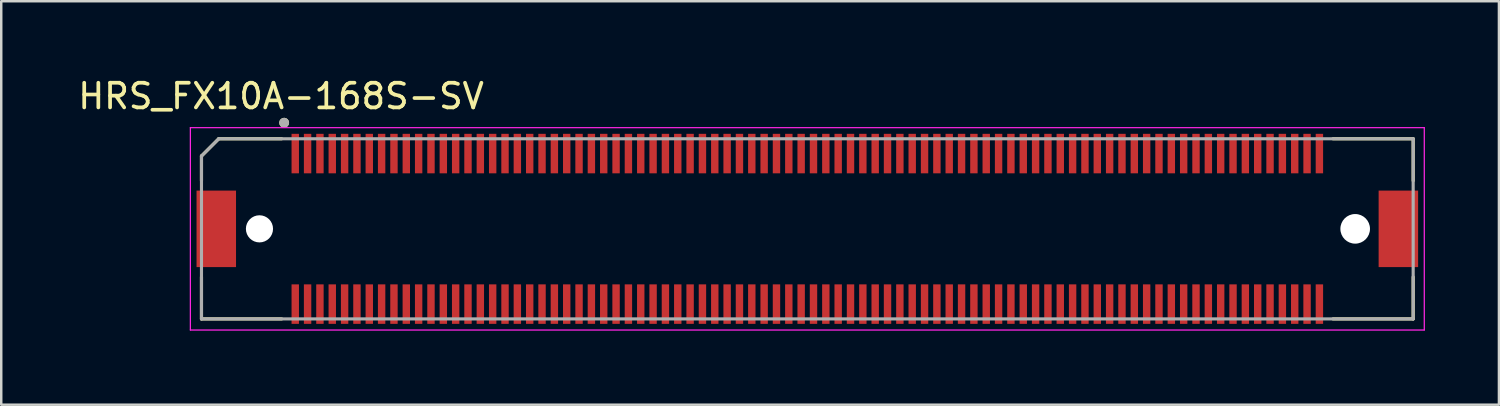
<source format=kicad_pcb>
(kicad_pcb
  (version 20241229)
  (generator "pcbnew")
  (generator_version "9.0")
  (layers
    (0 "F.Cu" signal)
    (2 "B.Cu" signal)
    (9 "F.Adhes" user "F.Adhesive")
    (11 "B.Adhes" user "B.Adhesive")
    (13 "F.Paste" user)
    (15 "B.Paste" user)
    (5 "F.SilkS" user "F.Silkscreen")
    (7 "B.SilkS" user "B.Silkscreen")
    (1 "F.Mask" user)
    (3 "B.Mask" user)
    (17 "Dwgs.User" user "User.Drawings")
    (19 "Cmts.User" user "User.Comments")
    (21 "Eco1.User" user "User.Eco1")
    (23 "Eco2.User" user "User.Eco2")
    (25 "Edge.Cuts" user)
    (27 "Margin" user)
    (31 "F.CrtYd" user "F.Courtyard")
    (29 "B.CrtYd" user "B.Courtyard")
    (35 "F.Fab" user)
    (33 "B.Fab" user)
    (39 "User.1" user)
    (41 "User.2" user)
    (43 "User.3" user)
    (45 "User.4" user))
  (footprint "HRS_FX10A-168S-SV"
    (layer "F.Cu")
    (at 29.664 6.223)
    (property "Reference" "HRS_FX10A-168S-SV" (at -21.325 -5.375 0) (layer "F.SilkS") (effects (font (size 1 1) (thickness 0.15))))
    (attr through_hole)
    (fp_line (start -24.55 -2.95) (end -24.55 -1.95) (stroke (width 0.127) (type solid)) (layer "F.SilkS"))
    (fp_line (start -24.55 -2.95) (end -23.85 -3.65) (stroke (width 0.127) (type solid)) (layer "F.SilkS"))
    (fp_line (start -24.55 3.65) (end -24.55 1.95) (stroke (width 0.127) (type solid)) (layer "F.SilkS"))
    (fp_line (start -23.85 -3.65) (end -21.3 -3.65) (stroke (width 0.127) (type solid)) (layer "F.SilkS"))
    (fp_line (start -21.3 3.65) (end -24.55 3.65) (stroke (width 0.127) (type solid)) (layer "F.SilkS"))
    (fp_line (start 21.3 -3.65) (end 24.55 -3.65) (stroke (width 0.127) (type solid)) (layer "F.SilkS"))
    (fp_line (start 24.55 -3.65) (end 24.55 -1.95) (stroke (width 0.127) (type solid)) (layer "F.SilkS"))
    (fp_line (start 24.55 1.95) (end 24.55 3.65) (stroke (width 0.127) (type solid)) (layer "F.SilkS"))
    (fp_line (start 24.55 3.65) (end 21.3 3.65) (stroke (width 0.127) (type solid)) (layer "F.SilkS"))
    (fp_circle (center -21.2 -4.3) (end -21.1 -4.3) (stroke (width 0.2) (type solid)) (fill no) (layer "F.SilkS"))
    (fp_poly (pts (xy -20.875 -3.85) (xy -20.625 -3.85) (xy -20.625 -2.25) (xy -20.875 -2.25)) (stroke (width 0.01) (type solid)) (fill yes) (layer "F.Paste"))
    (fp_poly (pts (xy -20.875 2.25) (xy -20.625 2.25) (xy -20.625 3.85) (xy -20.875 3.85)) (stroke (width 0.01) (type solid)) (fill yes) (layer "F.Paste"))
    (fp_poly (pts (xy -20.375 -3.85) (xy -20.125 -3.85) (xy -20.125 -2.25) (xy -20.375 -2.25)) (stroke (width 0.01) (type solid)) (fill yes) (layer "F.Paste"))
    (fp_poly (pts (xy -20.375 2.25) (xy -20.125 2.25) (xy -20.125 3.85) (xy -20.375 3.85)) (stroke (width 0.01) (type solid)) (fill yes) (layer "F.Paste"))
    (fp_poly (pts (xy -19.875 -3.85) (xy -19.625 -3.85) (xy -19.625 -2.25) (xy -19.875 -2.25)) (stroke (width 0.01) (type solid)) (fill yes) (layer "F.Paste"))
    (fp_poly (pts (xy -19.875 2.25) (xy -19.625 2.25) (xy -19.625 3.85) (xy -19.875 3.85)) (stroke (width 0.01) (type solid)) (fill yes) (layer "F.Paste"))
    (fp_poly (pts (xy -19.375 -3.85) (xy -19.125 -3.85) (xy -19.125 -2.25) (xy -19.375 -2.25)) (stroke (width 0.01) (type solid)) (fill yes) (layer "F.Paste"))
    (fp_poly (pts (xy -19.375 2.25) (xy -19.125 2.25) (xy -19.125 3.85) (xy -19.375 3.85)) (stroke (width 0.01) (type solid)) (fill yes) (layer "F.Paste"))
    (fp_poly (pts (xy -18.875 -3.85) (xy -18.625 -3.85) (xy -18.625 -2.25) (xy -18.875 -2.25)) (stroke (width 0.01) (type solid)) (fill yes) (layer "F.Paste"))
    (fp_poly (pts (xy -18.875 2.25) (xy -18.625 2.25) (xy -18.625 3.85) (xy -18.875 3.85)) (stroke (width 0.01) (type solid)) (fill yes) (layer "F.Paste"))
    (fp_poly (pts (xy -18.375 -3.85) (xy -18.125 -3.85) (xy -18.125 -2.25) (xy -18.375 -2.25)) (stroke (width 0.01) (type solid)) (fill yes) (layer "F.Paste"))
    (fp_poly (pts (xy -18.375 2.25) (xy -18.125 2.25) (xy -18.125 3.85) (xy -18.375 3.85)) (stroke (width 0.01) (type solid)) (fill yes) (layer "F.Paste"))
    (fp_poly (pts (xy -17.875 -3.85) (xy -17.625 -3.85) (xy -17.625 -2.25) (xy -17.875 -2.25)) (stroke (width 0.01) (type solid)) (fill yes) (layer "F.Paste"))
    (fp_poly (pts (xy -17.875 2.25) (xy -17.625 2.25) (xy -17.625 3.85) (xy -17.875 3.85)) (stroke (width 0.01) (type solid)) (fill yes) (layer "F.Paste"))
    (fp_poly (pts (xy -17.375 -3.85) (xy -17.125 -3.85) (xy -17.125 -2.25) (xy -17.375 -2.25)) (stroke (width 0.01) (type solid)) (fill yes) (layer "F.Paste"))
    (fp_poly (pts (xy -17.375 2.25) (xy -17.125 2.25) (xy -17.125 3.85) (xy -17.375 3.85)) (stroke (width 0.01) (type solid)) (fill yes) (layer "F.Paste"))
    (fp_poly (pts (xy -16.875 -3.85) (xy -16.625 -3.85) (xy -16.625 -2.25) (xy -16.875 -2.25)) (stroke (width 0.01) (type solid)) (fill yes) (layer "F.Paste"))
    (fp_poly (pts (xy -16.875 2.25) (xy -16.625 2.25) (xy -16.625 3.85) (xy -16.875 3.85)) (stroke (width 0.01) (type solid)) (fill yes) (layer "F.Paste"))
    (fp_poly (pts (xy -16.375 -3.85) (xy -16.125 -3.85) (xy -16.125 -2.25) (xy -16.375 -2.25)) (stroke (width 0.01) (type solid)) (fill yes) (layer "F.Paste"))
    (fp_poly (pts (xy -16.375 2.25) (xy -16.125 2.25) (xy -16.125 3.85) (xy -16.375 3.85)) (stroke (width 0.01) (type solid)) (fill yes) (layer "F.Paste"))
    (fp_poly (pts (xy -15.875 -3.85) (xy -15.625 -3.85) (xy -15.625 -2.25) (xy -15.875 -2.25)) (stroke (width 0.01) (type solid)) (fill yes) (layer "F.Paste"))
    (fp_poly (pts (xy -15.875 2.25) (xy -15.625 2.25) (xy -15.625 3.85) (xy -15.875 3.85)) (stroke (width 0.01) (type solid)) (fill yes) (layer "F.Paste"))
    (fp_poly (pts (xy -15.375 -3.85) (xy -15.125 -3.85) (xy -15.125 -2.25) (xy -15.375 -2.25)) (stroke (width 0.01) (type solid)) (fill yes) (layer "F.Paste"))
    (fp_poly (pts (xy -15.375 2.25) (xy -15.125 2.25) (xy -15.125 3.85) (xy -15.375 3.85)) (stroke (width 0.01) (type solid)) (fill yes) (layer "F.Paste"))
    (fp_poly (pts (xy -14.875 -3.85) (xy -14.625 -3.85) (xy -14.625 -2.25) (xy -14.875 -2.25)) (stroke (width 0.01) (type solid)) (fill yes) (layer "F.Paste"))
    (fp_poly (pts (xy -14.875 2.25) (xy -14.625 2.25) (xy -14.625 3.85) (xy -14.875 3.85)) (stroke (width 0.01) (type solid)) (fill yes) (layer "F.Paste"))
    (fp_poly (pts (xy -14.375 -3.85) (xy -14.125 -3.85) (xy -14.125 -2.25) (xy -14.375 -2.25)) (stroke (width 0.01) (type solid)) (fill yes) (layer "F.Paste"))
    (fp_poly (pts (xy -14.375 2.25) (xy -14.125 2.25) (xy -14.125 3.85) (xy -14.375 3.85)) (stroke (width 0.01) (type solid)) (fill yes) (layer "F.Paste"))
    (fp_poly (pts (xy -13.875 -3.85) (xy -13.625 -3.85) (xy -13.625 -2.25) (xy -13.875 -2.25)) (stroke (width 0.01) (type solid)) (fill yes) (layer "F.Paste"))
    (fp_poly (pts (xy -13.875 2.25) (xy -13.625 2.25) (xy -13.625 3.85) (xy -13.875 3.85)) (stroke (width 0.01) (type solid)) (fill yes) (layer "F.Paste"))
    (fp_poly (pts (xy -13.375 -3.85) (xy -13.125 -3.85) (xy -13.125 -2.25) (xy -13.375 -2.25)) (stroke (width 0.01) (type solid)) (fill yes) (layer "F.Paste"))
    (fp_poly (pts (xy -13.375 2.25) (xy -13.125 2.25) (xy -13.125 3.85) (xy -13.375 3.85)) (stroke (width 0.01) (type solid)) (fill yes) (layer "F.Paste"))
    (fp_poly (pts (xy -12.875 -3.85) (xy -12.625 -3.85) (xy -12.625 -2.25) (xy -12.875 -2.25)) (stroke (width 0.01) (type solid)) (fill yes) (layer "F.Paste"))
    (fp_poly (pts (xy -12.875 2.25) (xy -12.625 2.25) (xy -12.625 3.85) (xy -12.875 3.85)) (stroke (width 0.01) (type solid)) (fill yes) (layer "F.Paste"))
    (fp_poly (pts (xy -12.375 -3.85) (xy -12.125 -3.85) (xy -12.125 -2.25) (xy -12.375 -2.25)) (stroke (width 0.01) (type solid)) (fill yes) (layer "F.Paste"))
    (fp_poly (pts (xy -12.375 2.25) (xy -12.125 2.25) (xy -12.125 3.85) (xy -12.375 3.85)) (stroke (width 0.01) (type solid)) (fill yes) (layer "F.Paste"))
    (fp_poly (pts (xy -11.875 -3.85) (xy -11.625 -3.85) (xy -11.625 -2.25) (xy -11.875 -2.25)) (stroke (width 0.01) (type solid)) (fill yes) (layer "F.Paste"))
    (fp_poly (pts (xy -11.875 2.25) (xy -11.625 2.25) (xy -11.625 3.85) (xy -11.875 3.85)) (stroke (width 0.01) (type solid)) (fill yes) (layer "F.Paste"))
    (fp_poly (pts (xy -11.375 -3.85) (xy -11.125 -3.85) (xy -11.125 -2.25) (xy -11.375 -2.25)) (stroke (width 0.01) (type solid)) (fill yes) (layer "F.Paste"))
    (fp_poly (pts (xy -11.375 2.25) (xy -11.125 2.25) (xy -11.125 3.85) (xy -11.375 3.85)) (stroke (width 0.01) (type solid)) (fill yes) (layer "F.Paste"))
    (fp_poly (pts (xy -10.875 -3.85) (xy -10.625 -3.85) (xy -10.625 -2.25) (xy -10.875 -2.25)) (stroke (width 0.01) (type solid)) (fill yes) (layer "F.Paste"))
    (fp_poly (pts (xy -10.875 2.25) (xy -10.625 2.25) (xy -10.625 3.85) (xy -10.875 3.85)) (stroke (width 0.01) (type solid)) (fill yes) (layer "F.Paste"))
    (fp_poly (pts (xy -10.375 -3.85) (xy -10.125 -3.85) (xy -10.125 -2.25) (xy -10.375 -2.25)) (stroke (width 0.01) (type solid)) (fill yes) (layer "F.Paste"))
    (fp_poly (pts (xy -10.375 2.25) (xy -10.125 2.25) (xy -10.125 3.85) (xy -10.375 3.85)) (stroke (width 0.01) (type solid)) (fill yes) (layer "F.Paste"))
    (fp_poly (pts (xy -9.875 -3.85) (xy -9.625 -3.85) (xy -9.625 -2.25) (xy -9.875 -2.25)) (stroke (width 0.01) (type solid)) (fill yes) (layer "F.Paste"))
    (fp_poly (pts (xy -9.875 2.25) (xy -9.625 2.25) (xy -9.625 3.85) (xy -9.875 3.85)) (stroke (width 0.01) (type solid)) (fill yes) (layer "F.Paste"))
    (fp_poly (pts (xy -9.375 -3.85) (xy -9.125 -3.85) (xy -9.125 -2.25) (xy -9.375 -2.25)) (stroke (width 0.01) (type solid)) (fill yes) (layer "F.Paste"))
    (fp_poly (pts (xy -9.375 2.25) (xy -9.125 2.25) (xy -9.125 3.85) (xy -9.375 3.85)) (stroke (width 0.01) (type solid)) (fill yes) (layer "F.Paste"))
    (fp_poly (pts (xy -8.875 -3.85) (xy -8.625 -3.85) (xy -8.625 -2.25) (xy -8.875 -2.25)) (stroke (width 0.01) (type solid)) (fill yes) (layer "F.Paste"))
    (fp_poly (pts (xy -8.875 2.25) (xy -8.625 2.25) (xy -8.625 3.85) (xy -8.875 3.85)) (stroke (width 0.01) (type solid)) (fill yes) (layer "F.Paste"))
    (fp_poly (pts (xy -8.375 -3.85) (xy -8.125 -3.85) (xy -8.125 -2.25) (xy -8.375 -2.25)) (stroke (width 0.01) (type solid)) (fill yes) (layer "F.Paste"))
    (fp_poly (pts (xy -8.375 2.25) (xy -8.125 2.25) (xy -8.125 3.85) (xy -8.375 3.85)) (stroke (width 0.01) (type solid)) (fill yes) (layer "F.Paste"))
    (fp_poly (pts (xy -7.875 -3.85) (xy -7.625 -3.85) (xy -7.625 -2.25) (xy -7.875 -2.25)) (stroke (width 0.01) (type solid)) (fill yes) (layer "F.Paste"))
    (fp_poly (pts (xy -7.875 2.25) (xy -7.625 2.25) (xy -7.625 3.85) (xy -7.875 3.85)) (stroke (width 0.01) (type solid)) (fill yes) (layer "F.Paste"))
    (fp_poly (pts (xy -7.375 -3.85) (xy -7.125 -3.85) (xy -7.125 -2.25) (xy -7.375 -2.25)) (stroke (width 0.01) (type solid)) (fill yes) (layer "F.Paste"))
    (fp_poly (pts (xy -7.375 2.25) (xy -7.125 2.25) (xy -7.125 3.85) (xy -7.375 3.85)) (stroke (width 0.01) (type solid)) (fill yes) (layer "F.Paste"))
    (fp_poly (pts (xy -6.875 -3.85) (xy -6.625 -3.85) (xy -6.625 -2.25) (xy -6.875 -2.25)) (stroke (width 0.01) (type solid)) (fill yes) (layer "F.Paste"))
    (fp_poly (pts (xy -6.875 2.25) (xy -6.625 2.25) (xy -6.625 3.85) (xy -6.875 3.85)) (stroke (width 0.01) (type solid)) (fill yes) (layer "F.Paste"))
    (fp_poly (pts (xy -6.375 -3.85) (xy -6.125 -3.85) (xy -6.125 -2.25) (xy -6.375 -2.25)) (stroke (width 0.01) (type solid)) (fill yes) (layer "F.Paste"))
    (fp_poly (pts (xy -6.375 2.25) (xy -6.125 2.25) (xy -6.125 3.85) (xy -6.375 3.85)) (stroke (width 0.01) (type solid)) (fill yes) (layer "F.Paste"))
    (fp_poly (pts (xy -5.875 -3.85) (xy -5.625 -3.85) (xy -5.625 -2.25) (xy -5.875 -2.25)) (stroke (width 0.01) (type solid)) (fill yes) (layer "F.Paste"))
    (fp_poly (pts (xy -5.875 2.25) (xy -5.625 2.25) (xy -5.625 3.85) (xy -5.875 3.85)) (stroke (width 0.01) (type solid)) (fill yes) (layer "F.Paste"))
    (fp_poly (pts (xy -5.375 -3.85) (xy -5.125 -3.85) (xy -5.125 -2.25) (xy -5.375 -2.25)) (stroke (width 0.01) (type solid)) (fill yes) (layer "F.Paste"))
    (fp_poly (pts (xy -5.375 2.25) (xy -5.125 2.25) (xy -5.125 3.85) (xy -5.375 3.85)) (stroke (width 0.01) (type solid)) (fill yes) (layer "F.Paste"))
    (fp_poly (pts (xy -4.875 -3.85) (xy -4.625 -3.85) (xy -4.625 -2.25) (xy -4.875 -2.25)) (stroke (width 0.01) (type solid)) (fill yes) (layer "F.Paste"))
    (fp_poly (pts (xy -4.875 2.25) (xy -4.625 2.25) (xy -4.625 3.85) (xy -4.875 3.85)) (stroke (width 0.01) (type solid)) (fill yes) (layer "F.Paste"))
    (fp_poly (pts (xy -4.375 -3.85) (xy -4.125 -3.85) (xy -4.125 -2.25) (xy -4.375 -2.25)) (stroke (width 0.01) (type solid)) (fill yes) (layer "F.Paste"))
    (fp_poly (pts (xy -4.375 2.25) (xy -4.125 2.25) (xy -4.125 3.85) (xy -4.375 3.85)) (stroke (width 0.01) (type solid)) (fill yes) (layer "F.Paste"))
    (fp_poly (pts (xy -3.875 -3.85) (xy -3.625 -3.85) (xy -3.625 -2.25) (xy -3.875 -2.25)) (stroke (width 0.01) (type solid)) (fill yes) (layer "F.Paste"))
    (fp_poly (pts (xy -3.875 2.25) (xy -3.625 2.25) (xy -3.625 3.85) (xy -3.875 3.85)) (stroke (width 0.01) (type solid)) (fill yes) (layer "F.Paste"))
    (fp_poly (pts (xy -3.375 -3.85) (xy -3.125 -3.85) (xy -3.125 -2.25) (xy -3.375 -2.25)) (stroke (width 0.01) (type solid)) (fill yes) (layer "F.Paste"))
    (fp_poly (pts (xy -3.375 2.25) (xy -3.125 2.25) (xy -3.125 3.85) (xy -3.375 3.85)) (stroke (width 0.01) (type solid)) (fill yes) (layer "F.Paste"))
    (fp_poly (pts (xy -2.875 -3.85) (xy -2.625 -3.85) (xy -2.625 -2.25) (xy -2.875 -2.25)) (stroke (width 0.01) (type solid)) (fill yes) (layer "F.Paste"))
    (fp_poly (pts (xy -2.875 2.25) (xy -2.625 2.25) (xy -2.625 3.85) (xy -2.875 3.85)) (stroke (width 0.01) (type solid)) (fill yes) (layer "F.Paste"))
    (fp_poly (pts (xy -2.375 -3.85) (xy -2.125 -3.85) (xy -2.125 -2.25) (xy -2.375 -2.25)) (stroke (width 0.01) (type solid)) (fill yes) (layer "F.Paste"))
    (fp_poly (pts (xy -2.375 2.25) (xy -2.125 2.25) (xy -2.125 3.85) (xy -2.375 3.85)) (stroke (width 0.01) (type solid)) (fill yes) (layer "F.Paste"))
    (fp_poly (pts (xy -1.875 -3.85) (xy -1.625 -3.85) (xy -1.625 -2.25) (xy -1.875 -2.25)) (stroke (width 0.01) (type solid)) (fill yes) (layer "F.Paste"))
    (fp_poly (pts (xy -1.875 2.25) (xy -1.625 2.25) (xy -1.625 3.85) (xy -1.875 3.85)) (stroke (width 0.01) (type solid)) (fill yes) (layer "F.Paste"))
    (fp_poly (pts (xy -1.375 -3.85) (xy -1.125 -3.85) (xy -1.125 -2.25) (xy -1.375 -2.25)) (stroke (width 0.01) (type solid)) (fill yes) (layer "F.Paste"))
    (fp_poly (pts (xy -1.375 2.25) (xy -1.125 2.25) (xy -1.125 3.85) (xy -1.375 3.85)) (stroke (width 0.01) (type solid)) (fill yes) (layer "F.Paste"))
    (fp_poly (pts (xy -0.875 -3.85) (xy -0.625 -3.85) (xy -0.625 -2.25) (xy -0.875 -2.25)) (stroke (width 0.01) (type solid)) (fill yes) (layer "F.Paste"))
    (fp_poly (pts (xy -0.875 2.25) (xy -0.625 2.25) (xy -0.625 3.85) (xy -0.875 3.85)) (stroke (width 0.01) (type solid)) (fill yes) (layer "F.Paste"))
    (fp_poly (pts (xy -0.375 -3.85) (xy -0.125 -3.85) (xy -0.125 -2.25) (xy -0.375 -2.25)) (stroke (width 0.01) (type solid)) (fill yes) (layer "F.Paste"))
    (fp_poly (pts (xy -0.375 2.25) (xy -0.125 2.25) (xy -0.125 3.85) (xy -0.375 3.85)) (stroke (width 0.01) (type solid)) (fill yes) (layer "F.Paste"))
    (fp_poly (pts (xy 0.125 -3.85) (xy 0.375 -3.85) (xy 0.375 -2.25) (xy 0.125 -2.25)) (stroke (width 0.01) (type solid)) (fill yes) (layer "F.Paste"))
    (fp_poly (pts (xy 0.125 2.25) (xy 0.375 2.25) (xy 0.375 3.85) (xy 0.125 3.85)) (stroke (width 0.01) (type solid)) (fill yes) (layer "F.Paste"))
    (fp_poly (pts (xy 0.625 -3.85) (xy 0.875 -3.85) (xy 0.875 -2.25) (xy 0.625 -2.25)) (stroke (width 0.01) (type solid)) (fill yes) (layer "F.Paste"))
    (fp_poly (pts (xy 0.625 2.25) (xy 0.875 2.25) (xy 0.875 3.85) (xy 0.625 3.85)) (stroke (width 0.01) (type solid)) (fill yes) (layer "F.Paste"))
    (fp_poly (pts (xy 1.125 -3.85) (xy 1.375 -3.85) (xy 1.375 -2.25) (xy 1.125 -2.25)) (stroke (width 0.01) (type solid)) (fill yes) (layer "F.Paste"))
    (fp_poly (pts (xy 1.125 2.25) (xy 1.375 2.25) (xy 1.375 3.85) (xy 1.125 3.85)) (stroke (width 0.01) (type solid)) (fill yes) (layer "F.Paste"))
    (fp_poly (pts (xy 1.625 -3.85) (xy 1.875 -3.85) (xy 1.875 -2.25) (xy 1.625 -2.25)) (stroke (width 0.01) (type solid)) (fill yes) (layer "F.Paste"))
    (fp_poly (pts (xy 1.625 2.25) (xy 1.875 2.25) (xy 1.875 3.85) (xy 1.625 3.85)) (stroke (width 0.01) (type solid)) (fill yes) (layer "F.Paste"))
    (fp_poly (pts (xy 2.125 -3.85) (xy 2.375 -3.85) (xy 2.375 -2.25) (xy 2.125 -2.25)) (stroke (width 0.01) (type solid)) (fill yes) (layer "F.Paste"))
    (fp_poly (pts (xy 2.125 2.25) (xy 2.375 2.25) (xy 2.375 3.85) (xy 2.125 3.85)) (stroke (width 0.01) (type solid)) (fill yes) (layer "F.Paste"))
    (fp_poly (pts (xy 2.625 -3.85) (xy 2.875 -3.85) (xy 2.875 -2.25) (xy 2.625 -2.25)) (stroke (width 0.01) (type solid)) (fill yes) (layer "F.Paste"))
    (fp_poly (pts (xy 2.625 2.25) (xy 2.875 2.25) (xy 2.875 3.85) (xy 2.625 3.85)) (stroke (width 0.01) (type solid)) (fill yes) (layer "F.Paste"))
    (fp_poly (pts (xy 3.125 -3.85) (xy 3.375 -3.85) (xy 3.375 -2.25) (xy 3.125 -2.25)) (stroke (width 0.01) (type solid)) (fill yes) (layer "F.Paste"))
    (fp_poly (pts (xy 3.125 2.25) (xy 3.375 2.25) (xy 3.375 3.85) (xy 3.125 3.85)) (stroke (width 0.01) (type solid)) (fill yes) (layer "F.Paste"))
    (fp_poly (pts (xy 3.625 -3.85) (xy 3.875 -3.85) (xy 3.875 -2.25) (xy 3.625 -2.25)) (stroke (width 0.01) (type solid)) (fill yes) (layer "F.Paste"))
    (fp_poly (pts (xy 3.625 2.25) (xy 3.875 2.25) (xy 3.875 3.85) (xy 3.625 3.85)) (stroke (width 0.01) (type solid)) (fill yes) (layer "F.Paste"))
    (fp_poly (pts (xy 4.125 -3.85) (xy 4.375 -3.85) (xy 4.375 -2.25) (xy 4.125 -2.25)) (stroke (width 0.01) (type solid)) (fill yes) (layer "F.Paste"))
    (fp_poly (pts (xy 4.125 2.25) (xy 4.375 2.25) (xy 4.375 3.85) (xy 4.125 3.85)) (stroke (width 0.01) (type solid)) (fill yes) (layer "F.Paste"))
    (fp_poly (pts (xy 4.625 -3.85) (xy 4.875 -3.85) (xy 4.875 -2.25) (xy 4.625 -2.25)) (stroke (width 0.01) (type solid)) (fill yes) (layer "F.Paste"))
    (fp_poly (pts (xy 4.625 2.25) (xy 4.875 2.25) (xy 4.875 3.85) (xy 4.625 3.85)) (stroke (width 0.01) (type solid)) (fill yes) (layer "F.Paste"))
    (fp_poly (pts (xy 5.125 -3.85) (xy 5.375 -3.85) (xy 5.375 -2.25) (xy 5.125 -2.25)) (stroke (width 0.01) (type solid)) (fill yes) (layer "F.Paste"))
    (fp_poly (pts (xy 5.125 2.25) (xy 5.375 2.25) (xy 5.375 3.85) (xy 5.125 3.85)) (stroke (width 0.01) (type solid)) (fill yes) (layer "F.Paste"))
    (fp_poly (pts (xy 5.625 -3.85) (xy 5.875 -3.85) (xy 5.875 -2.25) (xy 5.625 -2.25)) (stroke (width 0.01) (type solid)) (fill yes) (layer "F.Paste"))
    (fp_poly (pts (xy 5.625 2.25) (xy 5.875 2.25) (xy 5.875 3.85) (xy 5.625 3.85)) (stroke (width 0.01) (type solid)) (fill yes) (layer "F.Paste"))
    (fp_poly (pts (xy 6.125 -3.85) (xy 6.375 -3.85) (xy 6.375 -2.25) (xy 6.125 -2.25)) (stroke (width 0.01) (type solid)) (fill yes) (layer "F.Paste"))
    (fp_poly (pts (xy 6.125 2.25) (xy 6.375 2.25) (xy 6.375 3.85) (xy 6.125 3.85)) (stroke (width 0.01) (type solid)) (fill yes) (layer "F.Paste"))
    (fp_poly (pts (xy 6.625 -3.85) (xy 6.875 -3.85) (xy 6.875 -2.25) (xy 6.625 -2.25)) (stroke (width 0.01) (type solid)) (fill yes) (layer "F.Paste"))
    (fp_poly (pts (xy 6.625 2.25) (xy 6.875 2.25) (xy 6.875 3.85) (xy 6.625 3.85)) (stroke (width 0.01) (type solid)) (fill yes) (layer "F.Paste"))
    (fp_poly (pts (xy 7.125 -3.85) (xy 7.375 -3.85) (xy 7.375 -2.25) (xy 7.125 -2.25)) (stroke (width 0.01) (type solid)) (fill yes) (layer "F.Paste"))
    (fp_poly (pts (xy 7.125 2.25) (xy 7.375 2.25) (xy 7.375 3.85) (xy 7.125 3.85)) (stroke (width 0.01) (type solid)) (fill yes) (layer "F.Paste"))
    (fp_poly (pts (xy 7.625 -3.85) (xy 7.875 -3.85) (xy 7.875 -2.25) (xy 7.625 -2.25)) (stroke (width 0.01) (type solid)) (fill yes) (layer "F.Paste"))
    (fp_poly (pts (xy 7.625 2.25) (xy 7.875 2.25) (xy 7.875 3.85) (xy 7.625 3.85)) (stroke (width 0.01) (type solid)) (fill yes) (layer "F.Paste"))
    (fp_poly (pts (xy 8.125 -3.85) (xy 8.375 -3.85) (xy 8.375 -2.25) (xy 8.125 -2.25)) (stroke (width 0.01) (type solid)) (fill yes) (layer "F.Paste"))
    (fp_poly (pts (xy 8.125 2.25) (xy 8.375 2.25) (xy 8.375 3.85) (xy 8.125 3.85)) (stroke (width 0.01) (type solid)) (fill yes) (layer "F.Paste"))
    (fp_poly (pts (xy 8.625 -3.85) (xy 8.875 -3.85) (xy 8.875 -2.25) (xy 8.625 -2.25)) (stroke (width 0.01) (type solid)) (fill yes) (layer "F.Paste"))
    (fp_poly (pts (xy 8.625 2.25) (xy 8.875 2.25) (xy 8.875 3.85) (xy 8.625 3.85)) (stroke (width 0.01) (type solid)) (fill yes) (layer "F.Paste"))
    (fp_poly (pts (xy 9.125 -3.85) (xy 9.375 -3.85) (xy 9.375 -2.25) (xy 9.125 -2.25)) (stroke (width 0.01) (type solid)) (fill yes) (layer "F.Paste"))
    (fp_poly (pts (xy 9.125 2.25) (xy 9.375 2.25) (xy 9.375 3.85) (xy 9.125 3.85)) (stroke (width 0.01) (type solid)) (fill yes) (layer "F.Paste"))
    (fp_poly (pts (xy 9.625 -3.85) (xy 9.875 -3.85) (xy 9.875 -2.25) (xy 9.625 -2.25)) (stroke (width 0.01) (type solid)) (fill yes) (layer "F.Paste"))
    (fp_poly (pts (xy 9.625 2.25) (xy 9.875 2.25) (xy 9.875 3.85) (xy 9.625 3.85)) (stroke (width 0.01) (type solid)) (fill yes) (layer "F.Paste"))
    (fp_poly (pts (xy 10.125 -3.85) (xy 10.375 -3.85) (xy 10.375 -2.25) (xy 10.125 -2.25)) (stroke (width 0.01) (type solid)) (fill yes) (layer "F.Paste"))
    (fp_poly (pts (xy 10.125 2.25) (xy 10.375 2.25) (xy 10.375 3.85) (xy 10.125 3.85)) (stroke (width 0.01) (type solid)) (fill yes) (layer "F.Paste"))
    (fp_poly (pts (xy 10.625 -3.85) (xy 10.875 -3.85) (xy 10.875 -2.25) (xy 10.625 -2.25)) (stroke (width 0.01) (type solid)) (fill yes) (layer "F.Paste"))
    (fp_poly (pts (xy 10.625 2.25) (xy 10.875 2.25) (xy 10.875 3.85) (xy 10.625 3.85)) (stroke (width 0.01) (type solid)) (fill yes) (layer "F.Paste"))
    (fp_poly (pts (xy 11.125 -3.85) (xy 11.375 -3.85) (xy 11.375 -2.25) (xy 11.125 -2.25)) (stroke (width 0.01) (type solid)) (fill yes) (layer "F.Paste"))
    (fp_poly (pts (xy 11.125 2.25) (xy 11.375 2.25) (xy 11.375 3.85) (xy 11.125 3.85)) (stroke (width 0.01) (type solid)) (fill yes) (layer "F.Paste"))
    (fp_poly (pts (xy 11.625 -3.85) (xy 11.875 -3.85) (xy 11.875 -2.25) (xy 11.625 -2.25)) (stroke (width 0.01) (type solid)) (fill yes) (layer "F.Paste"))
    (fp_poly (pts (xy 11.625 2.25) (xy 11.875 2.25) (xy 11.875 3.85) (xy 11.625 3.85)) (stroke (width 0.01) (type solid)) (fill yes) (layer "F.Paste"))
    (fp_poly (pts (xy 12.125 -3.85) (xy 12.375 -3.85) (xy 12.375 -2.25) (xy 12.125 -2.25)) (stroke (width 0.01) (type solid)) (fill yes) (layer "F.Paste"))
    (fp_poly (pts (xy 12.125 2.25) (xy 12.375 2.25) (xy 12.375 3.85) (xy 12.125 3.85)) (stroke (width 0.01) (type solid)) (fill yes) (layer "F.Paste"))
    (fp_poly (pts (xy 12.625 -3.85) (xy 12.875 -3.85) (xy 12.875 -2.25) (xy 12.625 -2.25)) (stroke (width 0.01) (type solid)) (fill yes) (layer "F.Paste"))
    (fp_poly (pts (xy 12.625 2.25) (xy 12.875 2.25) (xy 12.875 3.85) (xy 12.625 3.85)) (stroke (width 0.01) (type solid)) (fill yes) (layer "F.Paste"))
    (fp_poly (pts (xy 13.125 -3.85) (xy 13.375 -3.85) (xy 13.375 -2.25) (xy 13.125 -2.25)) (stroke (width 0.01) (type solid)) (fill yes) (layer "F.Paste"))
    (fp_poly (pts (xy 13.125 2.25) (xy 13.375 2.25) (xy 13.375 3.85) (xy 13.125 3.85)) (stroke (width 0.01) (type solid)) (fill yes) (layer "F.Paste"))
    (fp_poly (pts (xy 13.625 -3.85) (xy 13.875 -3.85) (xy 13.875 -2.25) (xy 13.625 -2.25)) (stroke (width 0.01) (type solid)) (fill yes) (layer "F.Paste"))
    (fp_poly (pts (xy 13.625 2.25) (xy 13.875 2.25) (xy 13.875 3.85) (xy 13.625 3.85)) (stroke (width 0.01) (type solid)) (fill yes) (layer "F.Paste"))
    (fp_poly (pts (xy 14.125 -3.85) (xy 14.375 -3.85) (xy 14.375 -2.25) (xy 14.125 -2.25)) (stroke (width 0.01) (type solid)) (fill yes) (layer "F.Paste"))
    (fp_poly (pts (xy 14.125 2.25) (xy 14.375 2.25) (xy 14.375 3.85) (xy 14.125 3.85)) (stroke (width 0.01) (type solid)) (fill yes) (layer "F.Paste"))
    (fp_poly (pts (xy 14.625 -3.85) (xy 14.875 -3.85) (xy 14.875 -2.25) (xy 14.625 -2.25)) (stroke (width 0.01) (type solid)) (fill yes) (layer "F.Paste"))
    (fp_poly (pts (xy 14.625 2.25) (xy 14.875 2.25) (xy 14.875 3.85) (xy 14.625 3.85)) (stroke (width 0.01) (type solid)) (fill yes) (layer "F.Paste"))
    (fp_poly (pts (xy 15.125 -3.85) (xy 15.375 -3.85) (xy 15.375 -2.25) (xy 15.125 -2.25)) (stroke (width 0.01) (type solid)) (fill yes) (layer "F.Paste"))
    (fp_poly (pts (xy 15.125 2.25) (xy 15.375 2.25) (xy 15.375 3.85) (xy 15.125 3.85)) (stroke (width 0.01) (type solid)) (fill yes) (layer "F.Paste"))
    (fp_poly (pts (xy 15.625 -3.85) (xy 15.875 -3.85) (xy 15.875 -2.25) (xy 15.625 -2.25)) (stroke (width 0.01) (type solid)) (fill yes) (layer "F.Paste"))
    (fp_poly (pts (xy 15.625 2.25) (xy 15.875 2.25) (xy 15.875 3.85) (xy 15.625 3.85)) (stroke (width 0.01) (type solid)) (fill yes) (layer "F.Paste"))
    (fp_poly (pts (xy 16.125 -3.85) (xy 16.375 -3.85) (xy 16.375 -2.25) (xy 16.125 -2.25)) (stroke (width 0.01) (type solid)) (fill yes) (layer "F.Paste"))
    (fp_poly (pts (xy 16.125 2.25) (xy 16.375 2.25) (xy 16.375 3.85) (xy 16.125 3.85)) (stroke (width 0.01) (type solid)) (fill yes) (layer "F.Paste"))
    (fp_poly (pts (xy 16.625 -3.85) (xy 16.875 -3.85) (xy 16.875 -2.25) (xy 16.625 -2.25)) (stroke (width 0.01) (type solid)) (fill yes) (layer "F.Paste"))
    (fp_poly (pts (xy 16.625 2.25) (xy 16.875 2.25) (xy 16.875 3.85) (xy 16.625 3.85)) (stroke (width 0.01) (type solid)) (fill yes) (layer "F.Paste"))
    (fp_poly (pts (xy 17.125 -3.85) (xy 17.375 -3.85) (xy 17.375 -2.25) (xy 17.125 -2.25)) (stroke (width 0.01) (type solid)) (fill yes) (layer "F.Paste"))
    (fp_poly (pts (xy 17.125 2.25) (xy 17.375 2.25) (xy 17.375 3.85) (xy 17.125 3.85)) (stroke (width 0.01) (type solid)) (fill yes) (layer "F.Paste"))
    (fp_poly (pts (xy 17.625 -3.85) (xy 17.875 -3.85) (xy 17.875 -2.25) (xy 17.625 -2.25)) (stroke (width 0.01) (type solid)) (fill yes) (layer "F.Paste"))
    (fp_poly (pts (xy 17.625 2.25) (xy 17.875 2.25) (xy 17.875 3.85) (xy 17.625 3.85)) (stroke (width 0.01) (type solid)) (fill yes) (layer "F.Paste"))
    (fp_poly (pts (xy 18.125 -3.85) (xy 18.375 -3.85) (xy 18.375 -2.25) (xy 18.125 -2.25)) (stroke (width 0.01) (type solid)) (fill yes) (layer "F.Paste"))
    (fp_poly (pts (xy 18.125 2.25) (xy 18.375 2.25) (xy 18.375 3.85) (xy 18.125 3.85)) (stroke (width 0.01) (type solid)) (fill yes) (layer "F.Paste"))
    (fp_poly (pts (xy 18.625 -3.85) (xy 18.875 -3.85) (xy 18.875 -2.25) (xy 18.625 -2.25)) (stroke (width 0.01) (type solid)) (fill yes) (layer "F.Paste"))
    (fp_poly (pts (xy 18.625 2.25) (xy 18.875 2.25) (xy 18.875 3.85) (xy 18.625 3.85)) (stroke (width 0.01) (type solid)) (fill yes) (layer "F.Paste"))
    (fp_poly (pts (xy 19.125 -3.85) (xy 19.375 -3.85) (xy 19.375 -2.25) (xy 19.125 -2.25)) (stroke (width 0.01) (type solid)) (fill yes) (layer "F.Paste"))
    (fp_poly (pts (xy 19.125 2.25) (xy 19.375 2.25) (xy 19.375 3.85) (xy 19.125 3.85)) (stroke (width 0.01) (type solid)) (fill yes) (layer "F.Paste"))
    (fp_poly (pts (xy 19.625 -3.85) (xy 19.875 -3.85) (xy 19.875 -2.25) (xy 19.625 -2.25)) (stroke (width 0.01) (type solid)) (fill yes) (layer "F.Paste"))
    (fp_poly (pts (xy 19.625 2.25) (xy 19.875 2.25) (xy 19.875 3.85) (xy 19.625 3.85)) (stroke (width 0.01) (type solid)) (fill yes) (layer "F.Paste"))
    (fp_poly (pts (xy 20.125 -3.85) (xy 20.375 -3.85) (xy 20.375 -2.25) (xy 20.125 -2.25)) (stroke (width 0.01) (type solid)) (fill yes) (layer "F.Paste"))
    (fp_poly (pts (xy 20.125 2.25) (xy 20.375 2.25) (xy 20.375 3.85) (xy 20.125 3.85)) (stroke (width 0.01) (type solid)) (fill yes) (layer "F.Paste"))
    (fp_poly (pts (xy 20.625 -3.85) (xy 20.875 -3.85) (xy 20.875 -2.25) (xy 20.625 -2.25)) (stroke (width 0.01) (type solid)) (fill yes) (layer "F.Paste"))
    (fp_poly (pts (xy 20.625 2.25) (xy 20.875 2.25) (xy 20.875 3.85) (xy 20.625 3.85)) (stroke (width 0.01) (type solid)) (fill yes) (layer "F.Paste"))
    (fp_line (start -25 -4.1) (end 25 -4.1) (stroke (width 0.05) (type solid)) (layer "F.CrtYd"))
    (fp_line (start -25 4.1) (end -25 -4.1) (stroke (width 0.05) (type solid)) (layer "F.CrtYd"))
    (fp_line (start 25 -4.1) (end 25 4.1) (stroke (width 0.05) (type solid)) (layer "F.CrtYd"))
    (fp_line (start 25 4.1) (end -25 4.1) (stroke (width 0.05) (type solid)) (layer "F.CrtYd"))
    (fp_line (start -24.55 -2.95) (end -23.85 -3.65) (stroke (width 0.127) (type solid)) (layer "F.Fab"))
    (fp_line (start -24.55 3.65) (end -24.55 -2.95) (stroke (width 0.127) (type solid)) (layer "F.Fab"))
    (fp_line (start -23.85 -3.65) (end 24.55 -3.65) (stroke (width 0.127) (type solid)) (layer "F.Fab"))
    (fp_line (start 24.55 -3.65) (end 24.55 3.65) (stroke (width 0.127) (type solid)) (layer "F.Fab"))
    (fp_line (start 24.55 3.65) (end -24.55 3.65) (stroke (width 0.127) (type solid)) (layer "F.Fab"))
    (fp_circle (center -21.2 -4.3) (end -21.1 -4.3) (stroke (width 0.2) (type solid)) (fill no) (layer "F.Fab"))
    (pad "" np_thru_hole circle (at -22.2 0) (size 1.1 1.1) (drill 1.1) (layers "*.Cu" "*.Mask"))
    (pad "" np_thru_hole circle (at 22.2 0) (size 1.2 1.2) (drill 1.2) (layers "*.Cu" "*.Mask"))
    (pad "1" smd rect (at -20.75 -3.05) (size 0.3 1.6) (layers "F.Cu" "F.Mask"))
    (pad "2" smd rect (at -20.75 3.05) (size 0.3 1.6) (layers "F.Cu" "F.Mask"))
    (pad "3" smd rect (at -20.25 -3.05) (size 0.3 1.6) (layers "F.Cu" "F.Mask"))
    (pad "4" smd rect (at -20.25 3.05) (size 0.3 1.6) (layers "F.Cu" "F.Mask"))
    (pad "5" smd rect (at -19.75 -3.05) (size 0.3 1.6) (layers "F.Cu" "F.Mask"))
    (pad "6" smd rect (at -19.75 3.05) (size 0.3 1.6) (layers "F.Cu" "F.Mask"))
    (pad "7" smd rect (at -19.25 -3.05) (size 0.3 1.6) (layers "F.Cu" "F.Mask"))
    (pad "8" smd rect (at -19.25 3.05) (size 0.3 1.6) (layers "F.Cu" "F.Mask"))
    (pad "9" smd rect (at -18.75 -3.05) (size 0.3 1.6) (layers "F.Cu" "F.Mask"))
    (pad "10" smd rect (at -18.75 3.05) (size 0.3 1.6) (layers "F.Cu" "F.Mask"))
    (pad "11" smd rect (at -18.25 -3.05) (size 0.3 1.6) (layers "F.Cu" "F.Mask"))
    (pad "12" smd rect (at -18.25 3.05) (size 0.3 1.6) (layers "F.Cu" "F.Mask"))
    (pad "13" smd rect (at -17.75 -3.05) (size 0.3 1.6) (layers "F.Cu" "F.Mask"))
    (pad "14" smd rect (at -17.75 3.05) (size 0.3 1.6) (layers "F.Cu" "F.Mask"))
    (pad "15" smd rect (at -17.25 -3.05) (size 0.3 1.6) (layers "F.Cu" "F.Mask"))
    (pad "16" smd rect (at -17.25 3.05) (size 0.3 1.6) (layers "F.Cu" "F.Mask"))
    (pad "17" smd rect (at -16.75 -3.05) (size 0.3 1.6) (layers "F.Cu" "F.Mask"))
    (pad "18" smd rect (at -16.75 3.05) (size 0.3 1.6) (layers "F.Cu" "F.Mask"))
    (pad "19" smd rect (at -16.25 -3.05) (size 0.3 1.6) (layers "F.Cu" "F.Mask"))
    (pad "20" smd rect (at -16.25 3.05) (size 0.3 1.6) (layers "F.Cu" "F.Mask"))
    (pad "21" smd rect (at -15.75 -3.05) (size 0.3 1.6) (layers "F.Cu" "F.Mask"))
    (pad "22" smd rect (at -15.75 3.05) (size 0.3 1.6) (layers "F.Cu" "F.Mask"))
    (pad "23" smd rect (at -15.25 -3.05) (size 0.3 1.6) (layers "F.Cu" "F.Mask"))
    (pad "24" smd rect (at -15.25 3.05) (size 0.3 1.6) (layers "F.Cu" "F.Mask"))
    (pad "25" smd rect (at -14.75 -3.05) (size 0.3 1.6) (layers "F.Cu" "F.Mask"))
    (pad "26" smd rect (at -14.75 3.05) (size 0.3 1.6) (layers "F.Cu" "F.Mask"))
    (pad "27" smd rect (at -14.25 -3.05) (size 0.3 1.6) (layers "F.Cu" "F.Mask"))
    (pad "28" smd rect (at -14.25 3.05) (size 0.3 1.6) (layers "F.Cu" "F.Mask"))
    (pad "29" smd rect (at -13.75 -3.05) (size 0.3 1.6) (layers "F.Cu" "F.Mask"))
    (pad "30" smd rect (at -13.75 3.05) (size 0.3 1.6) (layers "F.Cu" "F.Mask"))
    (pad "31" smd rect (at -13.25 -3.05) (size 0.3 1.6) (layers "F.Cu" "F.Mask"))
    (pad "32" smd rect (at -13.25 3.05) (size 0.3 1.6) (layers "F.Cu" "F.Mask"))
    (pad "33" smd rect (at -12.75 -3.05) (size 0.3 1.6) (layers "F.Cu" "F.Mask"))
    (pad "34" smd rect (at -12.75 3.05) (size 0.3 1.6) (layers "F.Cu" "F.Mask"))
    (pad "35" smd rect (at -12.25 -3.05) (size 0.3 1.6) (layers "F.Cu" "F.Mask"))
    (pad "36" smd rect (at -12.25 3.05) (size 0.3 1.6) (layers "F.Cu" "F.Mask"))
    (pad "37" smd rect (at -11.75 -3.05) (size 0.3 1.6) (layers "F.Cu" "F.Mask"))
    (pad "38" smd rect (at -11.75 3.05) (size 0.3 1.6) (layers "F.Cu" "F.Mask"))
    (pad "39" smd rect (at -11.25 -3.05) (size 0.3 1.6) (layers "F.Cu" "F.Mask"))
    (pad "40" smd rect (at -11.25 3.05) (size 0.3 1.6) (layers "F.Cu" "F.Mask"))
    (pad "41" smd rect (at -10.75 -3.05) (size 0.3 1.6) (layers "F.Cu" "F.Mask"))
    (pad "42" smd rect (at -10.75 3.05) (size 0.3 1.6) (layers "F.Cu" "F.Mask"))
    (pad "43" smd rect (at -10.25 -3.05) (size 0.3 1.6) (layers "F.Cu" "F.Mask"))
    (pad "44" smd rect (at -10.25 3.05) (size 0.3 1.6) (layers "F.Cu" "F.Mask"))
    (pad "45" smd rect (at -9.75 -3.05) (size 0.3 1.6) (layers "F.Cu" "F.Mask"))
    (pad "46" smd rect (at -9.75 3.05) (size 0.3 1.6) (layers "F.Cu" "F.Mask"))
    (pad "47" smd rect (at -9.25 -3.05) (size 0.3 1.6) (layers "F.Cu" "F.Mask"))
    (pad "48" smd rect (at -9.25 3.05) (size 0.3 1.6) (layers "F.Cu" "F.Mask"))
    (pad "49" smd rect (at -8.75 -3.05) (size 0.3 1.6) (layers "F.Cu" "F.Mask"))
    (pad "50" smd rect (at -8.75 3.05) (size 0.3 1.6) (layers "F.Cu" "F.Mask"))
    (pad "51" smd rect (at -8.25 -3.05) (size 0.3 1.6) (layers "F.Cu" "F.Mask"))
    (pad "52" smd rect (at -8.25 3.05) (size 0.3 1.6) (layers "F.Cu" "F.Mask"))
    (pad "53" smd rect (at -7.75 -3.05) (size 0.3 1.6) (layers "F.Cu" "F.Mask"))
    (pad "54" smd rect (at -7.75 3.05) (size 0.3 1.6) (layers "F.Cu" "F.Mask"))
    (pad "55" smd rect (at -7.25 -3.05) (size 0.3 1.6) (layers "F.Cu" "F.Mask"))
    (pad "56" smd rect (at -7.25 3.05) (size 0.3 1.6) (layers "F.Cu" "F.Mask"))
    (pad "57" smd rect (at -6.75 -3.05) (size 0.3 1.6) (layers "F.Cu" "F.Mask"))
    (pad "58" smd rect (at -6.75 3.05) (size 0.3 1.6) (layers "F.Cu" "F.Mask"))
    (pad "59" smd rect (at -6.25 -3.05) (size 0.3 1.6) (layers "F.Cu" "F.Mask"))
    (pad "60" smd rect (at -6.25 3.05) (size 0.3 1.6) (layers "F.Cu" "F.Mask"))
    (pad "61" smd rect (at -5.75 -3.05) (size 0.3 1.6) (layers "F.Cu" "F.Mask"))
    (pad "62" smd rect (at -5.75 3.05) (size 0.3 1.6) (layers "F.Cu" "F.Mask"))
    (pad "63" smd rect (at -5.25 -3.05) (size 0.3 1.6) (layers "F.Cu" "F.Mask"))
    (pad "64" smd rect (at -5.25 3.05) (size 0.3 1.6) (layers "F.Cu" "F.Mask"))
    (pad "65" smd rect (at -4.75 -3.05) (size 0.3 1.6) (layers "F.Cu" "F.Mask"))
    (pad "66" smd rect (at -4.75 3.05) (size 0.3 1.6) (layers "F.Cu" "F.Mask"))
    (pad "67" smd rect (at -4.25 -3.05) (size 0.3 1.6) (layers "F.Cu" "F.Mask"))
    (pad "68" smd rect (at -4.25 3.05) (size 0.3 1.6) (layers "F.Cu" "F.Mask"))
    (pad "69" smd rect (at -3.75 -3.05) (size 0.3 1.6) (layers "F.Cu" "F.Mask"))
    (pad "70" smd rect (at -3.75 3.05) (size 0.3 1.6) (layers "F.Cu" "F.Mask"))
    (pad "71" smd rect (at -3.25 -3.05) (size 0.3 1.6) (layers "F.Cu" "F.Mask"))
    (pad "72" smd rect (at -3.25 3.05) (size 0.3 1.6) (layers "F.Cu" "F.Mask"))
    (pad "73" smd rect (at -2.75 -3.05) (size 0.3 1.6) (layers "F.Cu" "F.Mask"))
    (pad "74" smd rect (at -2.75 3.05) (size 0.3 1.6) (layers "F.Cu" "F.Mask"))
    (pad "75" smd rect (at -2.25 -3.05) (size 0.3 1.6) (layers "F.Cu" "F.Mask"))
    (pad "76" smd rect (at -2.25 3.05) (size 0.3 1.6) (layers "F.Cu" "F.Mask"))
    (pad "77" smd rect (at -1.75 -3.05) (size 0.3 1.6) (layers "F.Cu" "F.Mask"))
    (pad "78" smd rect (at -1.75 3.05) (size 0.3 1.6) (layers "F.Cu" "F.Mask"))
    (pad "79" smd rect (at -1.25 -3.05) (size 0.3 1.6) (layers "F.Cu" "F.Mask"))
    (pad "80" smd rect (at -1.25 3.05) (size 0.3 1.6) (layers "F.Cu" "F.Mask"))
    (pad "81" smd rect (at -0.75 -3.05) (size 0.3 1.6) (layers "F.Cu" "F.Mask"))
    (pad "82" smd rect (at -0.75 3.05) (size 0.3 1.6) (layers "F.Cu" "F.Mask"))
    (pad "83" smd rect (at -0.25 -3.05) (size 0.3 1.6) (layers "F.Cu" "F.Mask"))
    (pad "84" smd rect (at -0.25 3.05) (size 0.3 1.6) (layers "F.Cu" "F.Mask"))
    (pad "85" smd rect (at 0.25 -3.05) (size 0.3 1.6) (layers "F.Cu" "F.Mask"))
    (pad "86" smd rect (at 0.25 3.05) (size 0.3 1.6) (layers "F.Cu" "F.Mask"))
    (pad "87" smd rect (at 0.75 -3.05) (size 0.3 1.6) (layers "F.Cu" "F.Mask"))
    (pad "88" smd rect (at 0.75 3.05) (size 0.3 1.6) (layers "F.Cu" "F.Mask"))
    (pad "89" smd rect (at 1.25 -3.05) (size 0.3 1.6) (layers "F.Cu" "F.Mask"))
    (pad "90" smd rect (at 1.25 3.05) (size 0.3 1.6) (layers "F.Cu" "F.Mask"))
    (pad "91" smd rect (at 1.75 -3.05) (size 0.3 1.6) (layers "F.Cu" "F.Mask"))
    (pad "92" smd rect (at 1.75 3.05) (size 0.3 1.6) (layers "F.Cu" "F.Mask"))
    (pad "93" smd rect (at 2.25 -3.05) (size 0.3 1.6) (layers "F.Cu" "F.Mask"))
    (pad "94" smd rect (at 2.25 3.05) (size 0.3 1.6) (layers "F.Cu" "F.Mask"))
    (pad "95" smd rect (at 2.75 -3.05) (size 0.3 1.6) (layers "F.Cu" "F.Mask"))
    (pad "96" smd rect (at 2.75 3.05) (size 0.3 1.6) (layers "F.Cu" "F.Mask"))
    (pad "97" smd rect (at 3.25 -3.05) (size 0.3 1.6) (layers "F.Cu" "F.Mask"))
    (pad "98" smd rect (at 3.25 3.05) (size 0.3 1.6) (layers "F.Cu" "F.Mask"))
    (pad "99" smd rect (at 3.75 -3.05) (size 0.3 1.6) (layers "F.Cu" "F.Mask"))
    (pad "100" smd rect (at 3.75 3.05) (size 0.3 1.6) (layers "F.Cu" "F.Mask"))
    (pad "101" smd rect (at 4.25 -3.05) (size 0.3 1.6) (layers "F.Cu" "F.Mask"))
    (pad "102" smd rect (at 4.25 3.05) (size 0.3 1.6) (layers "F.Cu" "F.Mask"))
    (pad "103" smd rect (at 4.75 -3.05) (size 0.3 1.6) (layers "F.Cu" "F.Mask"))
    (pad "104" smd rect (at 4.75 3.05) (size 0.3 1.6) (layers "F.Cu" "F.Mask"))
    (pad "105" smd rect (at 5.25 -3.05) (size 0.3 1.6) (layers "F.Cu" "F.Mask"))
    (pad "106" smd rect (at 5.25 3.05) (size 0.3 1.6) (layers "F.Cu" "F.Mask"))
    (pad "107" smd rect (at 5.75 -3.05) (size 0.3 1.6) (layers "F.Cu" "F.Mask"))
    (pad "108" smd rect (at 5.75 3.05) (size 0.3 1.6) (layers "F.Cu" "F.Mask"))
    (pad "109" smd rect (at 6.25 -3.05) (size 0.3 1.6) (layers "F.Cu" "F.Mask"))
    (pad "110" smd rect (at 6.25 3.05) (size 0.3 1.6) (layers "F.Cu" "F.Mask"))
    (pad "111" smd rect (at 6.75 -3.05) (size 0.3 1.6) (layers "F.Cu" "F.Mask"))
    (pad "112" smd rect (at 6.75 3.05) (size 0.3 1.6) (layers "F.Cu" "F.Mask"))
    (pad "113" smd rect (at 7.25 -3.05) (size 0.3 1.6) (layers "F.Cu" "F.Mask"))
    (pad "114" smd rect (at 7.25 3.05) (size 0.3 1.6) (layers "F.Cu" "F.Mask"))
    (pad "115" smd rect (at 7.75 -3.05) (size 0.3 1.6) (layers "F.Cu" "F.Mask"))
    (pad "116" smd rect (at 7.75 3.05) (size 0.3 1.6) (layers "F.Cu" "F.Mask"))
    (pad "117" smd rect (at 8.25 -3.05) (size 0.3 1.6) (layers "F.Cu" "F.Mask"))
    (pad "118" smd rect (at 8.25 3.05) (size 0.3 1.6) (layers "F.Cu" "F.Mask"))
    (pad "119" smd rect (at 8.75 -3.05) (size 0.3 1.6) (layers "F.Cu" "F.Mask"))
    (pad "120" smd rect (at 8.75 3.05) (size 0.3 1.6) (layers "F.Cu" "F.Mask"))
    (pad "121" smd rect (at 9.25 -3.05) (size 0.3 1.6) (layers "F.Cu" "F.Mask"))
    (pad "122" smd rect (at 9.25 3.05) (size 0.3 1.6) (layers "F.Cu" "F.Mask"))
    (pad "123" smd rect (at 9.75 -3.05) (size 0.3 1.6) (layers "F.Cu" "F.Mask"))
    (pad "124" smd rect (at 9.75 3.05) (size 0.3 1.6) (layers "F.Cu" "F.Mask"))
    (pad "125" smd rect (at 10.25 -3.05) (size 0.3 1.6) (layers "F.Cu" "F.Mask"))
    (pad "126" smd rect (at 10.25 3.05) (size 0.3 1.6) (layers "F.Cu" "F.Mask"))
    (pad "127" smd rect (at 10.75 -3.05) (size 0.3 1.6) (layers "F.Cu" "F.Mask"))
    (pad "128" smd rect (at 10.75 3.05) (size 0.3 1.6) (layers "F.Cu" "F.Mask"))
    (pad "129" smd rect (at 11.25 -3.05) (size 0.3 1.6) (layers "F.Cu" "F.Mask"))
    (pad "130" smd rect (at 11.25 3.05) (size 0.3 1.6) (layers "F.Cu" "F.Mask"))
    (pad "131" smd rect (at 11.75 -3.05) (size 0.3 1.6) (layers "F.Cu" "F.Mask"))
    (pad "132" smd rect (at 11.75 3.05) (size 0.3 1.6) (layers "F.Cu" "F.Mask"))
    (pad "133" smd rect (at 12.25 -3.05) (size 0.3 1.6) (layers "F.Cu" "F.Mask"))
    (pad "134" smd rect (at 12.25 3.05) (size 0.3 1.6) (layers "F.Cu" "F.Mask"))
    (pad "135" smd rect (at 12.75 -3.05) (size 0.3 1.6) (layers "F.Cu" "F.Mask"))
    (pad "136" smd rect (at 12.75 3.05) (size 0.3 1.6) (layers "F.Cu" "F.Mask"))
    (pad "137" smd rect (at 13.25 -3.05) (size 0.3 1.6) (layers "F.Cu" "F.Mask"))
    (pad "138" smd rect (at 13.25 3.05) (size 0.3 1.6) (layers "F.Cu" "F.Mask"))
    (pad "139" smd rect (at 13.75 -3.05) (size 0.3 1.6) (layers "F.Cu" "F.Mask"))
    (pad "140" smd rect (at 13.75 3.05) (size 0.3 1.6) (layers "F.Cu" "F.Mask"))
    (pad "141" smd rect (at 14.25 -3.05) (size 0.3 1.6) (layers "F.Cu" "F.Mask"))
    (pad "142" smd rect (at 14.25 3.05) (size 0.3 1.6) (layers "F.Cu" "F.Mask"))
    (pad "143" smd rect (at 14.75 -3.05) (size 0.3 1.6) (layers "F.Cu" "F.Mask"))
    (pad "144" smd rect (at 14.75 3.05) (size 0.3 1.6) (layers "F.Cu" "F.Mask"))
    (pad "145" smd rect (at 15.25 -3.05) (size 0.3 1.6) (layers "F.Cu" "F.Mask"))
    (pad "146" smd rect (at 15.25 3.05) (size 0.3 1.6) (layers "F.Cu" "F.Mask"))
    (pad "147" smd rect (at 15.75 -3.05) (size 0.3 1.6) (layers "F.Cu" "F.Mask"))
    (pad "148" smd rect (at 15.75 3.05) (size 0.3 1.6) (layers "F.Cu" "F.Mask"))
    (pad "149" smd rect (at 16.25 -3.05) (size 0.3 1.6) (layers "F.Cu" "F.Mask"))
    (pad "150" smd rect (at 16.25 3.05) (size 0.3 1.6) (layers "F.Cu" "F.Mask"))
    (pad "151" smd rect (at 16.75 -3.05) (size 0.3 1.6) (layers "F.Cu" "F.Mask"))
    (pad "152" smd rect (at 16.75 3.05) (size 0.3 1.6) (layers "F.Cu" "F.Mask"))
    (pad "153" smd rect (at 17.25 -3.05) (size 0.3 1.6) (layers "F.Cu" "F.Mask"))
    (pad "154" smd rect (at 17.25 3.05) (size 0.3 1.6) (layers "F.Cu" "F.Mask"))
    (pad "155" smd rect (at 17.75 -3.05) (size 0.3 1.6) (layers "F.Cu" "F.Mask"))
    (pad "156" smd rect (at 17.75 3.05) (size 0.3 1.6) (layers "F.Cu" "F.Mask"))
    (pad "157" smd rect (at 18.25 -3.05) (size 0.3 1.6) (layers "F.Cu" "F.Mask"))
    (pad "158" smd rect (at 18.25 3.05) (size 0.3 1.6) (layers "F.Cu" "F.Mask"))
    (pad "159" smd rect (at 18.75 -3.05) (size 0.3 1.6) (layers "F.Cu" "F.Mask"))
    (pad "160" smd rect (at 18.75 3.05) (size 0.3 1.6) (layers "F.Cu" "F.Mask"))
    (pad "161" smd rect (at 19.25 -3.05) (size 0.3 1.6) (layers "F.Cu" "F.Mask"))
    (pad "162" smd rect (at 19.25 3.05) (size 0.3 1.6) (layers "F.Cu" "F.Mask"))
    (pad "163" smd rect (at 19.75 -3.05) (size 0.3 1.6) (layers "F.Cu" "F.Mask"))
    (pad "164" smd rect (at 19.75 3.05) (size 0.3 1.6) (layers "F.Cu" "F.Mask"))
    (pad "165" smd rect (at 20.25 -3.05) (size 0.3 1.6) (layers "F.Cu" "F.Mask"))
    (pad "166" smd rect (at 20.25 3.05) (size 0.3 1.6) (layers "F.Cu" "F.Mask"))
    (pad "167" smd rect (at 20.75 -3.05) (size 0.3 1.6) (layers "F.Cu" "F.Mask"))
    (pad "168" smd rect (at 20.75 3.05) (size 0.3 1.6) (layers "F.Cu" "F.Mask"))
    (pad "S1" smd rect (at -23.95 0) (size 1.6 3.1) (layers "F.Cu" "F.Mask" "F.Paste"))
    (pad "S2" smd rect (at 23.95 0) (size 1.6 3.1) (layers "F.Cu" "F.Mask" "F.Paste")))
  (gr_rect
    (start -3 -3)
    (end 57.689 13.348)
    (stroke (width 0.1) (type default))
    (fill no)
    (layer "Edge.Cuts")))
</source>
